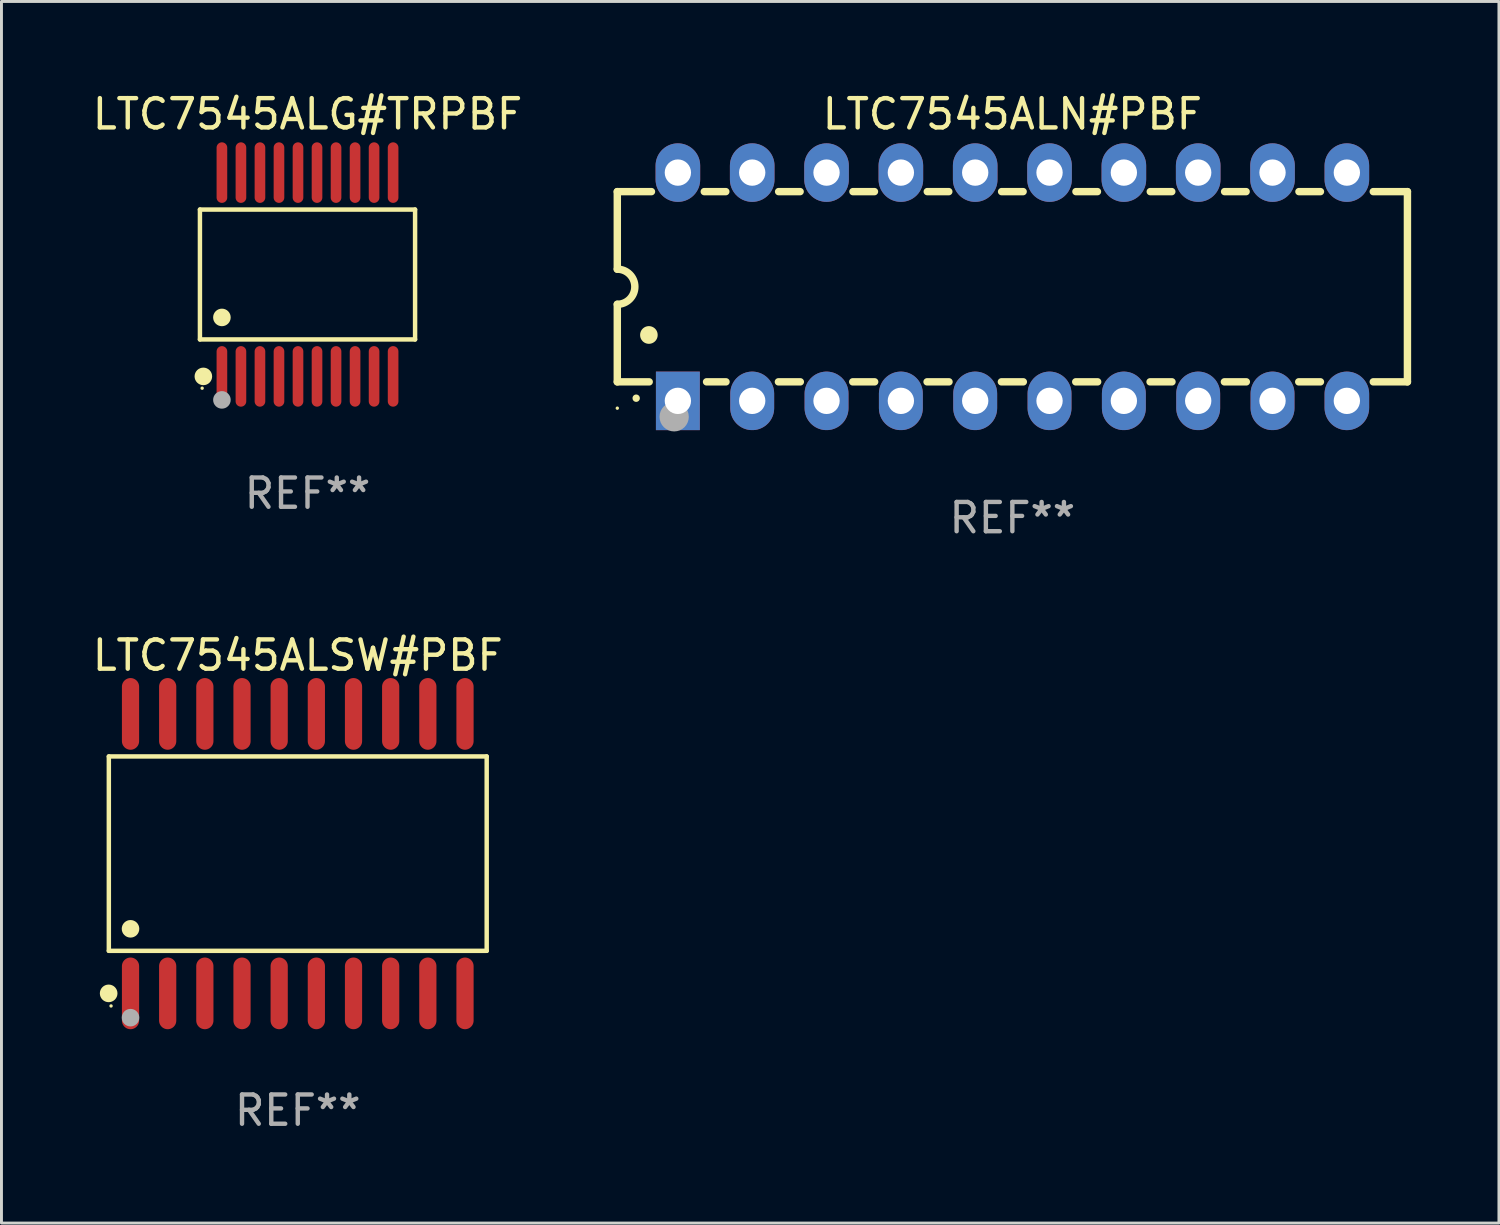
<source format=kicad_pcb>
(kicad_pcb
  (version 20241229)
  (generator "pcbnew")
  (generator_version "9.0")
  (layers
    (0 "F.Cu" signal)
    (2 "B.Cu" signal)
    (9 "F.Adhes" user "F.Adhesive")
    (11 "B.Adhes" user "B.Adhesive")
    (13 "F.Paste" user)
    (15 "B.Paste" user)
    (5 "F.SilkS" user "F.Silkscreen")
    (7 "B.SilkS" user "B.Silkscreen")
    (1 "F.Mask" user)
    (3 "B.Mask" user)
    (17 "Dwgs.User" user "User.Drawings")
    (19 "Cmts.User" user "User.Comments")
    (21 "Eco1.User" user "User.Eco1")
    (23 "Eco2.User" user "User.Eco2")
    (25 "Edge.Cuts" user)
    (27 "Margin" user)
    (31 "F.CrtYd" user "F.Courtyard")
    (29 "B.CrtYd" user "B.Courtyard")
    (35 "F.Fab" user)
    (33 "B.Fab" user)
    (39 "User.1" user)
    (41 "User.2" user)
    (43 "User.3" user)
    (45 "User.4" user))
  (footprint "LTC7545ALSW#PBF"
    (layer "F.Cu")
    (at 7.125 26.12)
    (property "Reference" "LTC7545ALSW#PBF" (at 0 -6.775 0) (layer "F.SilkS") (effects (font (size 1 1) (thickness 0.15))))
    (attr through_hole)
    (fp_line (start -6.456 -3.321) (end 6.456 -3.321) (stroke (width 0.152) (type solid)) (layer "F.SilkS"))
    (fp_line (start -6.456 3.321) (end -6.456 -3.321) (stroke (width 0.152) (type solid)) (layer "F.SilkS"))
    (fp_line (start 6.456 -3.321) (end 6.456 3.321) (stroke (width 0.152) (type solid)) (layer "F.SilkS"))
    (fp_line (start 6.456 3.321) (end -6.456 3.321) (stroke (width 0.152) (type solid)) (layer "F.SilkS"))
    (fp_circle (center -6.462 4.775) (end -6.311 4.775) (stroke (width 0.3) (type solid)) (fill no) (layer "F.SilkS"))
    (fp_circle (center -6.38 5.205) (end -6.35 5.205) (stroke (width 0.06) (type solid)) (fill no) (layer "F.SilkS"))
    (fp_circle (center -5.715 2.569) (end -5.565 2.569) (stroke (width 0.3) (type solid)) (fill no) (layer "F.SilkS"))
    (fp_circle (center -5.715 5.605) (end -5.565 5.605) (stroke (width 0.3) (type solid)) (fill no) (layer "F.Fab"))
    (fp_text user "REF**" (at 0 8.775 0) (layer "F.Fab") (effects (font (size 1 1) (thickness 0.15))))
    (pad "1" smd oval (at -5.715 4.775) (size 0.588 2.45) (layers "F.Cu" "F.Mask" "F.Paste"))
    (pad "2" smd oval (at -4.445 4.775) (size 0.588 2.45) (layers "F.Cu" "F.Mask" "F.Paste"))
    (pad "3" smd oval (at -3.175 4.775) (size 0.588 2.45) (layers "F.Cu" "F.Mask" "F.Paste"))
    (pad "4" smd oval (at -1.905 4.775) (size 0.588 2.45) (layers "F.Cu" "F.Mask" "F.Paste"))
    (pad "5" smd oval (at -0.635 4.775) (size 0.588 2.45) (layers "F.Cu" "F.Mask" "F.Paste"))
    (pad "6" smd oval (at 0.635 4.775) (size 0.588 2.45) (layers "F.Cu" "F.Mask" "F.Paste"))
    (pad "7" smd oval (at 1.905 4.775) (size 0.588 2.45) (layers "F.Cu" "F.Mask" "F.Paste"))
    (pad "8" smd oval (at 3.175 4.775) (size 0.588 2.45) (layers "F.Cu" "F.Mask" "F.Paste"))
    (pad "9" smd oval (at 4.445 4.775) (size 0.588 2.45) (layers "F.Cu" "F.Mask" "F.Paste"))
    (pad "10" smd oval (at 5.715 4.775) (size 0.588 2.45) (layers "F.Cu" "F.Mask" "F.Paste"))
    (pad "11" smd oval (at 5.715 -4.775) (size 0.588 2.45) (layers "F.Cu" "F.Mask" "F.Paste"))
    (pad "12" smd oval (at 4.445 -4.775) (size 0.588 2.45) (layers "F.Cu" "F.Mask" "F.Paste"))
    (pad "13" smd oval (at 3.175 -4.775) (size 0.588 2.45) (layers "F.Cu" "F.Mask" "F.Paste"))
    (pad "14" smd oval (at 1.905 -4.775) (size 0.588 2.45) (layers "F.Cu" "F.Mask" "F.Paste"))
    (pad "15" smd oval (at 0.635 -4.775) (size 0.588 2.45) (layers "F.Cu" "F.Mask" "F.Paste"))
    (pad "16" smd oval (at -0.635 -4.775) (size 0.588 2.45) (layers "F.Cu" "F.Mask" "F.Paste"))
    (pad "17" smd oval (at -1.905 -4.775) (size 0.588 2.45) (layers "F.Cu" "F.Mask" "F.Paste"))
    (pad "18" smd oval (at -3.175 -4.775) (size 0.588 2.45) (layers "F.Cu" "F.Mask" "F.Paste"))
    (pad "19" smd oval (at -4.445 -4.775) (size 0.588 2.45) (layers "F.Cu" "F.Mask" "F.Paste"))
    (pad "20" smd oval (at -5.715 -4.775) (size 0.588 2.45) (layers "F.Cu" "F.Mask" "F.Paste")))
  (footprint "LTC7545ALN#PBF"
    (layer "F.Cu")
    (at 31.544 6.748)
    (property "Reference" "LTC7545ALN#PBF" (at 0 -5.9 0) (layer "F.SilkS") (effects (font (size 1 1) (thickness 0.15))))
    (attr through_hole)
    (fp_line (start -13.5 -3.25) (end -12.333 -3.25) (stroke (width 0.254) (type solid)) (layer "F.SilkS"))
    (fp_line (start -13.5 -0.6) (end -13.5 -3.25) (stroke (width 0.254) (type solid)) (layer "F.SilkS"))
    (fp_line (start -13.5 3.25) (end -13.5 0.6) (stroke (width 0.254) (type solid)) (layer "F.SilkS"))
    (fp_line (start -13.5 3.25) (end -12.411 3.25) (stroke (width 0.254) (type solid)) (layer "F.SilkS"))
    (fp_line (start -10.527 -3.25) (end -9.793 -3.25) (stroke (width 0.254) (type solid)) (layer "F.SilkS"))
    (fp_line (start -10.449 3.25) (end -9.786 3.25) (stroke (width 0.254) (type solid)) (layer "F.SilkS"))
    (fp_line (start -7.994 3.25) (end -7.246 3.25) (stroke (width 0.254) (type solid)) (layer "F.SilkS"))
    (fp_line (start -7.987 -3.25) (end -7.253 -3.25) (stroke (width 0.254) (type solid)) (layer "F.SilkS"))
    (fp_line (start -5.454 3.25) (end -4.706 3.25) (stroke (width 0.254) (type solid)) (layer "F.SilkS"))
    (fp_line (start -5.447 -3.25) (end -4.713 -3.25) (stroke (width 0.254) (type solid)) (layer "F.SilkS"))
    (fp_line (start -2.914 3.25) (end -2.166 3.25) (stroke (width 0.254) (type solid)) (layer "F.SilkS"))
    (fp_line (start -2.907 -3.25) (end -2.173 -3.25) (stroke (width 0.254) (type solid)) (layer "F.SilkS"))
    (fp_line (start -0.374 3.25) (end 0.374 3.25) (stroke (width 0.254) (type solid)) (layer "F.SilkS"))
    (fp_line (start -0.367 -3.25) (end 0.367 -3.25) (stroke (width 0.254) (type solid)) (layer "F.SilkS"))
    (fp_line (start 2.166 3.25) (end 2.914 3.25) (stroke (width 0.254) (type solid)) (layer "F.SilkS"))
    (fp_line (start 2.173 -3.25) (end 2.907 -3.25) (stroke (width 0.254) (type solid)) (layer "F.SilkS"))
    (fp_line (start 4.706 3.25) (end 5.454 3.25) (stroke (width 0.254) (type solid)) (layer "F.SilkS"))
    (fp_line (start 4.713 -3.25) (end 5.447 -3.25) (stroke (width 0.254) (type solid)) (layer "F.SilkS"))
    (fp_line (start 7.246 3.25) (end 7.994 3.25) (stroke (width 0.254) (type solid)) (layer "F.SilkS"))
    (fp_line (start 7.253 -3.25) (end 7.987 -3.25) (stroke (width 0.254) (type solid)) (layer "F.SilkS"))
    (fp_line (start 9.786 3.25) (end 10.527 3.25) (stroke (width 0.254) (type solid)) (layer "F.SilkS"))
    (fp_line (start 9.793 -3.25) (end 10.527 -3.25) (stroke (width 0.254) (type solid)) (layer "F.SilkS"))
    (fp_line (start 12.333 -3.25) (end 13.5 -3.25) (stroke (width 0.254) (type solid)) (layer "F.SilkS"))
    (fp_line (start 12.333 3.25) (end 13.5 3.25) (stroke (width 0.254) (type solid)) (layer "F.SilkS"))
    (fp_line (start 13.5 -3.25) (end 13.5 3.25) (stroke (width 0.254) (type solid)) (layer "F.SilkS"))
    (fp_arc (start -13.500127 -0.599442) (mid -12.900406 0.000228) (end -13.500025 0.6) (stroke (width 0.254001) (type solid)) (layer "F.SilkS"))
    (fp_arc (start -12.854966 3.810008) (mid -12.854973 3.808738) (end -12.854966 3.807468) (stroke (width 0.25) (type solid)) (layer "F.SilkS"))
    (fp_arc (start -12.420625 1.651003) (mid -12.420636 1.648463) (end -12.420625 1.645923) (stroke (width 0.6) (type solid)) (layer "F.SilkS"))
    (fp_circle (center -13.5 4.15) (end -13.47 4.15) (stroke (width 0.06) (type solid)) (fill no) (layer "F.SilkS"))
    (fp_circle (center -11.557 4.445) (end -11.307 4.445) (stroke (width 0.5) (type solid)) (fill no) (layer "F.Fab"))
    (fp_text user "REF**" (at 0 7.9 0) (layer "F.Fab") (effects (font (size 1 1) (thickness 0.15))))
    (pad "1" thru_hole rect (at -11.43 3.9 90) (size 2 1.5) (drill 0.9) (layers "*.Cu" "*.Mask"))
    (pad "2" thru_hole oval (at -8.89 3.9 90) (size 2 1.5) (drill 0.9) (layers "*.Cu" "*.Mask"))
    (pad "3" thru_hole oval (at -6.35 3.9 90) (size 2 1.5) (drill 0.9) (layers "*.Cu" "*.Mask"))
    (pad "4" thru_hole oval (at -3.81 3.9 90) (size 2 1.5) (drill 0.9) (layers "*.Cu" "*.Mask"))
    (pad "5" thru_hole oval (at -1.27 3.9 90) (size 2 1.5) (drill 0.9) (layers "*.Cu" "*.Mask"))
    (pad "6" thru_hole oval (at 1.27 3.9 90) (size 2 1.5) (drill 0.9) (layers "*.Cu" "*.Mask"))
    (pad "7" thru_hole oval (at 3.81 3.9 90) (size 2 1.5) (drill 0.9) (layers "*.Cu" "*.Mask"))
    (pad "8" thru_hole oval (at 6.35 3.9 90) (size 2 1.5) (drill 0.9) (layers "*.Cu" "*.Mask"))
    (pad "9" thru_hole oval (at 8.89 3.9 90) (size 2 1.5) (drill 0.9) (layers "*.Cu" "*.Mask"))
    (pad "10" thru_hole oval (at 11.43 3.9 90) (size 2 1.524) (drill 0.9) (layers "*.Cu" "*.Mask"))
    (pad "11" thru_hole oval (at 11.43 -3.9 90) (size 2 1.524) (drill 0.9) (layers "*.Cu" "*.Mask"))
    (pad "12" thru_hole oval (at 8.89 -3.9 90) (size 2 1.524) (drill 0.9) (layers "*.Cu" "*.Mask"))
    (pad "13" thru_hole oval (at 6.35 -3.9 90) (size 2 1.524) (drill 0.9) (layers "*.Cu" "*.Mask"))
    (pad "14" thru_hole oval (at 3.81 -3.9 90) (size 2 1.524) (drill 0.9) (layers "*.Cu" "*.Mask"))
    (pad "15" thru_hole oval (at 1.27 -3.9 90) (size 2 1.524) (drill 0.9) (layers "*.Cu" "*.Mask"))
    (pad "16" thru_hole oval (at -1.27 -3.9 90) (size 2 1.524) (drill 0.9) (layers "*.Cu" "*.Mask"))
    (pad "17" thru_hole oval (at -3.81 -3.9 90) (size 2 1.524) (drill 0.9) (layers "*.Cu" "*.Mask"))
    (pad "18" thru_hole oval (at -6.35 -3.9 90) (size 2 1.524) (drill 0.9) (layers "*.Cu" "*.Mask"))
    (pad "19" thru_hole oval (at -8.89 -3.9 90) (size 2 1.524) (drill 0.9) (layers "*.Cu" "*.Mask"))
    (pad "20" thru_hole oval (at -11.43 -3.9 90) (size 2 1.524) (drill 0.9) (layers "*.Cu" "*.Mask")))
  (footprint "LTC7545ALG#TRPBF"
    (layer "F.Cu")
    (at 7.458 6.33)
    (property "Reference" "LTC7545ALG#TRPBF" (at 0 -5.482 0) (layer "F.SilkS") (effects (font (size 1 1) (thickness 0.15))))
    (attr through_hole)
    (fp_line (start -3.676 -2.219) (end 3.676 -2.219) (stroke (width 0.152) (type solid)) (layer "F.SilkS"))
    (fp_line (start -3.676 2.219) (end -3.676 -2.219) (stroke (width 0.152) (type solid)) (layer "F.SilkS"))
    (fp_line (start 3.676 -2.219) (end 3.676 2.219) (stroke (width 0.152) (type solid)) (layer "F.SilkS"))
    (fp_line (start 3.676 2.219) (end -3.676 2.219) (stroke (width 0.152) (type solid)) (layer "F.SilkS"))
    (fp_circle (center -3.6 3.885) (end -3.57 3.885) (stroke (width 0.06) (type solid)) (fill no) (layer "F.SilkS"))
    (fp_circle (center -3.559 3.482) (end -3.409 3.482) (stroke (width 0.3) (type solid)) (fill no) (layer "F.SilkS"))
    (fp_circle (center -2.925 1.467) (end -2.775 1.467) (stroke (width 0.3) (type solid)) (fill no) (layer "F.SilkS"))
    (fp_circle (center -2.925 4.285) (end -2.775 4.285) (stroke (width 0.3) (type solid)) (fill no) (layer "F.Fab"))
    (fp_text user "REF**" (at 0 7.482 0) (layer "F.Fab") (effects (font (size 1 1) (thickness 0.15))))
    (pad "1" smd oval (at -2.925 3.482) (size 0.364 2.069) (layers "F.Cu" "F.Mask" "F.Paste"))
    (pad "2" smd oval (at -2.275 3.482) (size 0.364 2.069) (layers "F.Cu" "F.Mask" "F.Paste"))
    (pad "3" smd oval (at -1.625 3.482) (size 0.364 2.069) (layers "F.Cu" "F.Mask" "F.Paste"))
    (pad "4" smd oval (at -0.975 3.482) (size 0.364 2.069) (layers "F.Cu" "F.Mask" "F.Paste"))
    (pad "5" smd oval (at -0.325 3.482) (size 0.364 2.069) (layers "F.Cu" "F.Mask" "F.Paste"))
    (pad "6" smd oval (at 0.325 3.482) (size 0.364 2.069) (layers "F.Cu" "F.Mask" "F.Paste"))
    (pad "7" smd oval (at 0.975 3.482) (size 0.364 2.069) (layers "F.Cu" "F.Mask" "F.Paste"))
    (pad "8" smd oval (at 1.625 3.482) (size 0.364 2.069) (layers "F.Cu" "F.Mask" "F.Paste"))
    (pad "9" smd oval (at 2.275 3.482) (size 0.364 2.069) (layers "F.Cu" "F.Mask" "F.Paste"))
    (pad "10" smd oval (at 2.925 3.482) (size 0.364 2.069) (layers "F.Cu" "F.Mask" "F.Paste"))
    (pad "11" smd oval (at 2.925 -3.482) (size 0.364 2.069) (layers "F.Cu" "F.Mask" "F.Paste"))
    (pad "12" smd oval (at 2.275 -3.482) (size 0.364 2.069) (layers "F.Cu" "F.Mask" "F.Paste"))
    (pad "13" smd oval (at 1.625 -3.482) (size 0.364 2.069) (layers "F.Cu" "F.Mask" "F.Paste"))
    (pad "14" smd oval (at 0.975 -3.482) (size 0.364 2.069) (layers "F.Cu" "F.Mask" "F.Paste"))
    (pad "15" smd oval (at 0.325 -3.482) (size 0.364 2.069) (layers "F.Cu" "F.Mask" "F.Paste"))
    (pad "16" smd oval (at -0.325 -3.482) (size 0.364 2.069) (layers "F.Cu" "F.Mask" "F.Paste"))
    (pad "17" smd oval (at -0.975 -3.482) (size 0.364 2.069) (layers "F.Cu" "F.Mask" "F.Paste"))
    (pad "18" smd oval (at -1.625 -3.482) (size 0.364 2.069) (layers "F.Cu" "F.Mask" "F.Paste"))
    (pad "19" smd oval (at -2.275 -3.482) (size 0.364 2.069) (layers "F.Cu" "F.Mask" "F.Paste"))
    (pad "20" smd oval (at -2.925 -3.482) (size 0.364 2.069) (layers "F.Cu" "F.Mask" "F.Paste")))
  (gr_rect
    (start -3 -3)
    (end 48.171 38.743)
    (stroke (width 0.1) (type default))
    (fill no)
    (layer "Edge.Cuts")))
</source>
